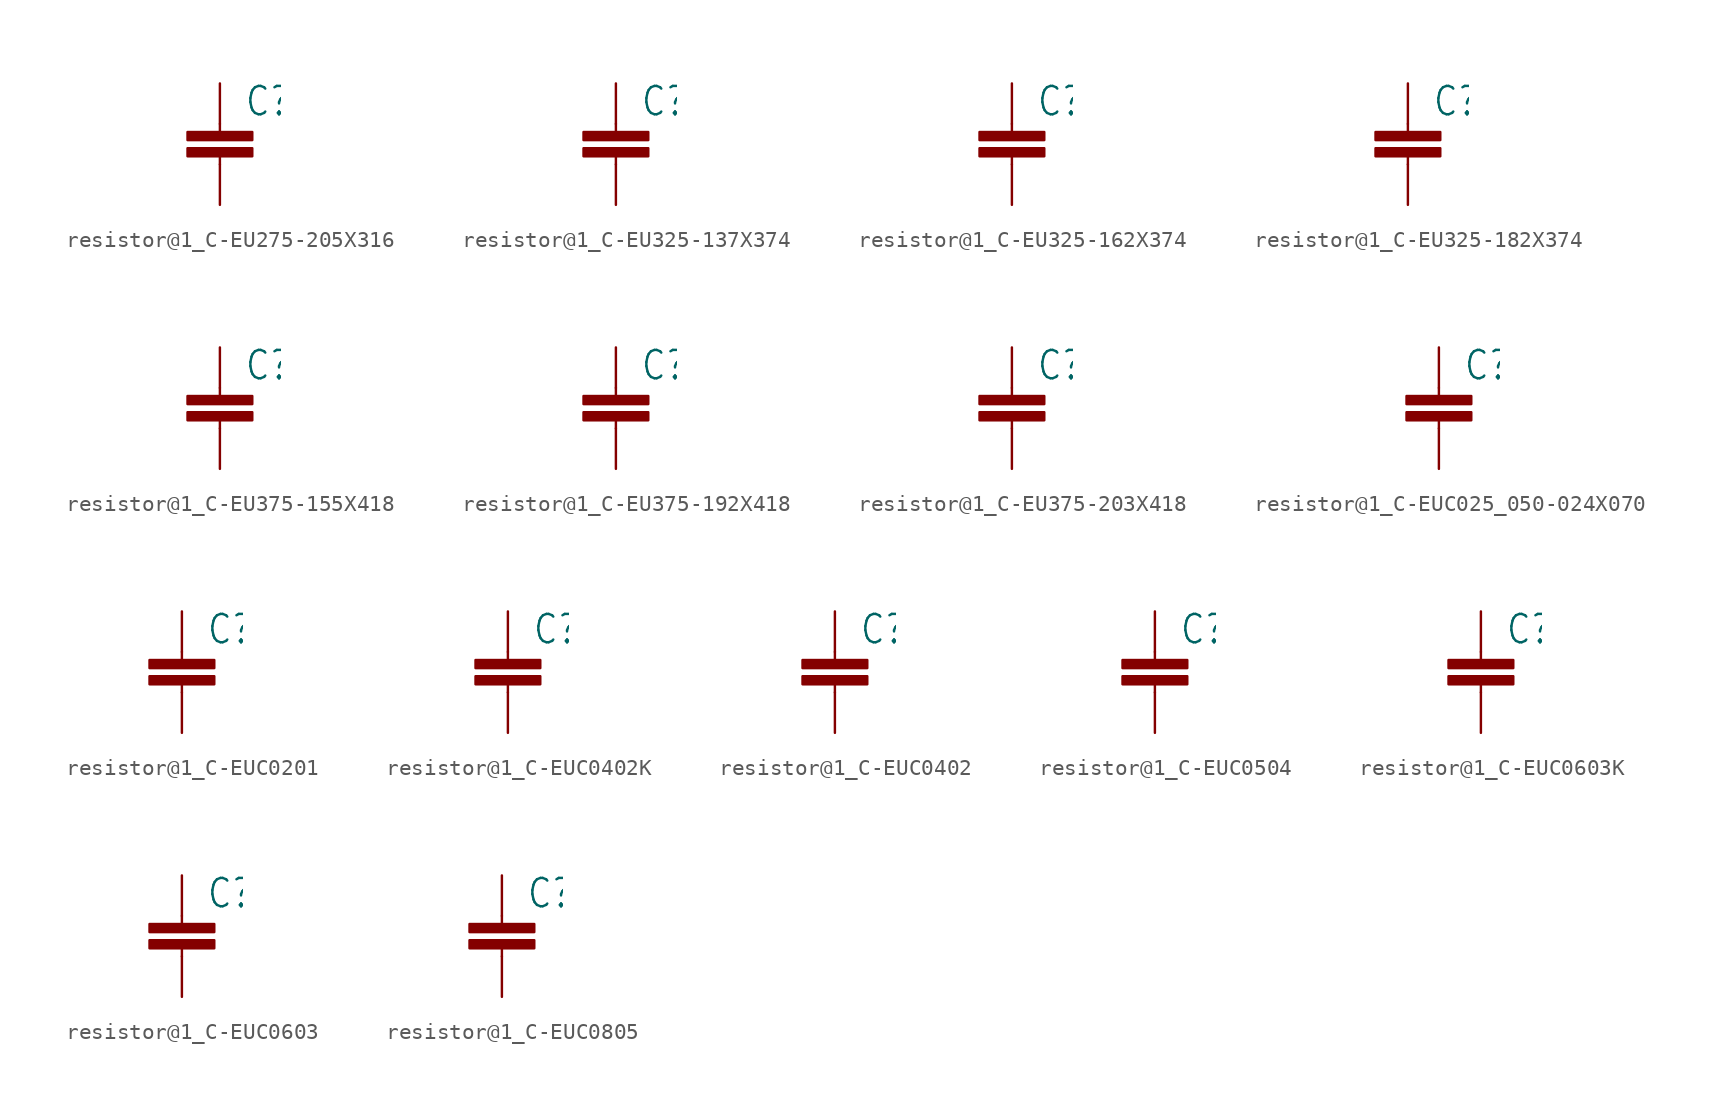
<source format=kicad_sym>
(kicad_symbol_lib
  (version 20231120)
  (generator "kicad_symbol_editor")
  (generator_version "8.0")
  (symbol "resistor@1_C-EU275-205X316"
    (property "Reference" "C"
      (at 1.524 0.381 0)
      (effects (font (size 1.778 1.511)) (justify left bottom)))
    (property "Value" ""
      (at 1.524 -4.699 0)
      (effects (font (size 1.778 1.511)) (justify left bottom)))
    (property "ki_locked" ""
      (at 0 0 0)
      (effects (font (size 1.27 1.27))))
    (symbol "resistor@1_C-EU275-205X316_1_0"
      (rectangle (start -2.032 -2.032) (end 2.032 -1.524) (stroke (width 0) (type default)) (fill (type outline)))
      (rectangle (start -2.032 -1.016) (end 2.032 -0.508) (stroke (width 0) (type default)) (fill (type outline)))
      (polyline (pts (xy 0 -2.54) (xy 0 -2.032)) (stroke (width 0.152) (type solid)) (fill (type none)))
      (polyline (pts (xy 0 0) (xy 0 -0.508)) (stroke (width 0.152) (type solid)) (fill (type none)))
      (pin passive line (at 0 2.54 270) (length 2.54) (name "1" (effects (font (size 0 0)))) (number "1" (effects (font (size 0 0)))))
      (pin passive line (at 0 -5.08 90) (length 2.54) (name "2" (effects (font (size 0 0)))) (number "2" (effects (font (size 0 0)))))))
  (symbol "resistor@1_C-EU325-137X374"
    (property "Reference" "C"
      (at 1.524 0.381 0)
      (effects (font (size 1.778 1.511)) (justify left bottom)))
    (property "Value" ""
      (at 1.524 -4.699 0)
      (effects (font (size 1.778 1.511)) (justify left bottom)))
    (property "ki_locked" ""
      (at 0 0 0)
      (effects (font (size 1.27 1.27))))
    (symbol "resistor@1_C-EU325-137X374_1_0"
      (rectangle (start -2.032 -2.032) (end 2.032 -1.524) (stroke (width 0) (type default)) (fill (type outline)))
      (rectangle (start -2.032 -1.016) (end 2.032 -0.508) (stroke (width 0) (type default)) (fill (type outline)))
      (polyline (pts (xy 0 -2.54) (xy 0 -2.032)) (stroke (width 0.152) (type solid)) (fill (type none)))
      (polyline (pts (xy 0 0) (xy 0 -0.508)) (stroke (width 0.152) (type solid)) (fill (type none)))
      (pin passive line (at 0 2.54 270) (length 2.54) (name "1" (effects (font (size 0 0)))) (number "1" (effects (font (size 0 0)))))
      (pin passive line (at 0 -5.08 90) (length 2.54) (name "2" (effects (font (size 0 0)))) (number "2" (effects (font (size 0 0)))))))
  (symbol "resistor@1_C-EU325-162X374"
    (property "Reference" "C"
      (at 1.524 0.381 0)
      (effects (font (size 1.778 1.511)) (justify left bottom)))
    (property "Value" ""
      (at 1.524 -4.699 0)
      (effects (font (size 1.778 1.511)) (justify left bottom)))
    (property "ki_locked" ""
      (at 0 0 0)
      (effects (font (size 1.27 1.27))))
    (symbol "resistor@1_C-EU325-162X374_1_0"
      (rectangle (start -2.032 -2.032) (end 2.032 -1.524) (stroke (width 0) (type default)) (fill (type outline)))
      (rectangle (start -2.032 -1.016) (end 2.032 -0.508) (stroke (width 0) (type default)) (fill (type outline)))
      (polyline (pts (xy 0 -2.54) (xy 0 -2.032)) (stroke (width 0.152) (type solid)) (fill (type none)))
      (polyline (pts (xy 0 0) (xy 0 -0.508)) (stroke (width 0.152) (type solid)) (fill (type none)))
      (pin passive line (at 0 2.54 270) (length 2.54) (name "1" (effects (font (size 0 0)))) (number "1" (effects (font (size 0 0)))))
      (pin passive line (at 0 -5.08 90) (length 2.54) (name "2" (effects (font (size 0 0)))) (number "2" (effects (font (size 0 0)))))))
  (symbol "resistor@1_C-EU325-182X374"
    (property "Reference" "C"
      (at 1.524 0.381 0)
      (effects (font (size 1.778 1.511)) (justify left bottom)))
    (property "Value" ""
      (at 1.524 -4.699 0)
      (effects (font (size 1.778 1.511)) (justify left bottom)))
    (property "ki_locked" ""
      (at 0 0 0)
      (effects (font (size 1.27 1.27))))
    (symbol "resistor@1_C-EU325-182X374_1_0"
      (rectangle (start -2.032 -2.032) (end 2.032 -1.524) (stroke (width 0) (type default)) (fill (type outline)))
      (rectangle (start -2.032 -1.016) (end 2.032 -0.508) (stroke (width 0) (type default)) (fill (type outline)))
      (polyline (pts (xy 0 -2.54) (xy 0 -2.032)) (stroke (width 0.152) (type solid)) (fill (type none)))
      (polyline (pts (xy 0 0) (xy 0 -0.508)) (stroke (width 0.152) (type solid)) (fill (type none)))
      (pin passive line (at 0 2.54 270) (length 2.54) (name "1" (effects (font (size 0 0)))) (number "1" (effects (font (size 0 0)))))
      (pin passive line (at 0 -5.08 90) (length 2.54) (name "2" (effects (font (size 0 0)))) (number "2" (effects (font (size 0 0)))))))
  (symbol "resistor@1_C-EU375-155X418"
    (property "Reference" "C"
      (at 1.524 0.381 0)
      (effects (font (size 1.778 1.511)) (justify left bottom)))
    (property "Value" ""
      (at 1.524 -4.699 0)
      (effects (font (size 1.778 1.511)) (justify left bottom)))
    (property "ki_locked" ""
      (at 0 0 0)
      (effects (font (size 1.27 1.27))))
    (symbol "resistor@1_C-EU375-155X418_1_0"
      (rectangle (start -2.032 -2.032) (end 2.032 -1.524) (stroke (width 0) (type default)) (fill (type outline)))
      (rectangle (start -2.032 -1.016) (end 2.032 -0.508) (stroke (width 0) (type default)) (fill (type outline)))
      (polyline (pts (xy 0 -2.54) (xy 0 -2.032)) (stroke (width 0.152) (type solid)) (fill (type none)))
      (polyline (pts (xy 0 0) (xy 0 -0.508)) (stroke (width 0.152) (type solid)) (fill (type none)))
      (pin passive line (at 0 2.54 270) (length 2.54) (name "1" (effects (font (size 0 0)))) (number "1" (effects (font (size 0 0)))))
      (pin passive line (at 0 -5.08 90) (length 2.54) (name "2" (effects (font (size 0 0)))) (number "2" (effects (font (size 0 0)))))))
  (symbol "resistor@1_C-EU375-192X418"
    (property "Reference" "C"
      (at 1.524 0.381 0)
      (effects (font (size 1.778 1.511)) (justify left bottom)))
    (property "Value" ""
      (at 1.524 -4.699 0)
      (effects (font (size 1.778 1.511)) (justify left bottom)))
    (property "ki_locked" ""
      (at 0 0 0)
      (effects (font (size 1.27 1.27))))
    (symbol "resistor@1_C-EU375-192X418_1_0"
      (rectangle (start -2.032 -2.032) (end 2.032 -1.524) (stroke (width 0) (type default)) (fill (type outline)))
      (rectangle (start -2.032 -1.016) (end 2.032 -0.508) (stroke (width 0) (type default)) (fill (type outline)))
      (polyline (pts (xy 0 -2.54) (xy 0 -2.032)) (stroke (width 0.152) (type solid)) (fill (type none)))
      (polyline (pts (xy 0 0) (xy 0 -0.508)) (stroke (width 0.152) (type solid)) (fill (type none)))
      (pin passive line (at 0 2.54 270) (length 2.54) (name "1" (effects (font (size 0 0)))) (number "1" (effects (font (size 0 0)))))
      (pin passive line (at 0 -5.08 90) (length 2.54) (name "2" (effects (font (size 0 0)))) (number "2" (effects (font (size 0 0)))))))
  (symbol "resistor@1_C-EU375-203X418"
    (property "Reference" "C"
      (at 1.524 0.381 0)
      (effects (font (size 1.778 1.511)) (justify left bottom)))
    (property "Value" ""
      (at 1.524 -4.699 0)
      (effects (font (size 1.778 1.511)) (justify left bottom)))
    (property "ki_locked" ""
      (at 0 0 0)
      (effects (font (size 1.27 1.27))))
    (symbol "resistor@1_C-EU375-203X418_1_0"
      (rectangle (start -2.032 -2.032) (end 2.032 -1.524) (stroke (width 0) (type default)) (fill (type outline)))
      (rectangle (start -2.032 -1.016) (end 2.032 -0.508) (stroke (width 0) (type default)) (fill (type outline)))
      (polyline (pts (xy 0 -2.54) (xy 0 -2.032)) (stroke (width 0.152) (type solid)) (fill (type none)))
      (polyline (pts (xy 0 0) (xy 0 -0.508)) (stroke (width 0.152) (type solid)) (fill (type none)))
      (pin passive line (at 0 2.54 270) (length 2.54) (name "1" (effects (font (size 0 0)))) (number "1" (effects (font (size 0 0)))))
      (pin passive line (at 0 -5.08 90) (length 2.54) (name "2" (effects (font (size 0 0)))) (number "2" (effects (font (size 0 0)))))))
  (symbol "resistor@1_C-EUC025_050-024X070"
    (property "Reference" "C"
      (at 1.524 0.381 0)
      (effects (font (size 1.778 1.511)) (justify left bottom)))
    (property "Value" ""
      (at 1.524 -4.699 0)
      (effects (font (size 1.778 1.511)) (justify left bottom)))
    (property "ki_locked" ""
      (at 0 0 0)
      (effects (font (size 1.27 1.27))))
    (symbol "resistor@1_C-EUC025_050-024X070_1_0"
      (rectangle (start -2.032 -2.032) (end 2.032 -1.524) (stroke (width 0) (type default)) (fill (type outline)))
      (rectangle (start -2.032 -1.016) (end 2.032 -0.508) (stroke (width 0) (type default)) (fill (type outline)))
      (polyline (pts (xy 0 -2.54) (xy 0 -2.032)) (stroke (width 0.152) (type solid)) (fill (type none)))
      (polyline (pts (xy 0 0) (xy 0 -0.508)) (stroke (width 0.152) (type solid)) (fill (type none)))
      (pin passive line (at 0 2.54 270) (length 2.54) (name "1" (effects (font (size 0 0)))) (number "1" (effects (font (size 0 0)))))
      (pin passive line (at 0 -5.08 90) (length 2.54) (name "2" (effects (font (size 0 0)))) (number "2" (effects (font (size 0 0)))))))
  (symbol "resistor@1_C-EUC0201"
    (property "Reference" "C"
      (at 1.524 0.381 0)
      (effects (font (size 1.778 1.511)) (justify left bottom)))
    (property "Value" ""
      (at 1.524 -4.699 0)
      (effects (font (size 1.778 1.511)) (justify left bottom)))
    (property "ki_locked" ""
      (at 0 0 0)
      (effects (font (size 1.27 1.27))))
    (symbol "resistor@1_C-EUC0201_1_0"
      (rectangle (start -2.032 -2.032) (end 2.032 -1.524) (stroke (width 0) (type default)) (fill (type outline)))
      (rectangle (start -2.032 -1.016) (end 2.032 -0.508) (stroke (width 0) (type default)) (fill (type outline)))
      (polyline (pts (xy 0 -2.54) (xy 0 -2.032)) (stroke (width 0.152) (type solid)) (fill (type none)))
      (polyline (pts (xy 0 0) (xy 0 -0.508)) (stroke (width 0.152) (type solid)) (fill (type none)))
      (pin passive line (at 0 2.54 270) (length 2.54) (name "1" (effects (font (size 0 0)))) (number "1" (effects (font (size 0 0)))))
      (pin passive line (at 0 -5.08 90) (length 2.54) (name "2" (effects (font (size 0 0)))) (number "2" (effects (font (size 0 0)))))))
  (symbol "resistor@1_C-EUC0402K"
    (property "Reference" "C"
      (at 1.524 0.381 0)
      (effects (font (size 1.778 1.511)) (justify left bottom)))
    (property "Value" ""
      (at 1.524 -4.699 0)
      (effects (font (size 1.778 1.511)) (justify left bottom)))
    (property "ki_locked" ""
      (at 0 0 0)
      (effects (font (size 1.27 1.27))))
    (symbol "resistor@1_C-EUC0402K_1_0"
      (rectangle (start -2.032 -2.032) (end 2.032 -1.524) (stroke (width 0) (type default)) (fill (type outline)))
      (rectangle (start -2.032 -1.016) (end 2.032 -0.508) (stroke (width 0) (type default)) (fill (type outline)))
      (polyline (pts (xy 0 -2.54) (xy 0 -2.032)) (stroke (width 0.152) (type solid)) (fill (type none)))
      (polyline (pts (xy 0 0) (xy 0 -0.508)) (stroke (width 0.152) (type solid)) (fill (type none)))
      (pin passive line (at 0 2.54 270) (length 2.54) (name "1" (effects (font (size 0 0)))) (number "1" (effects (font (size 0 0)))))
      (pin passive line (at 0 -5.08 90) (length 2.54) (name "2" (effects (font (size 0 0)))) (number "2" (effects (font (size 0 0)))))))
  (symbol "resistor@1_C-EUC0402"
    (property "Reference" "C"
      (at 1.524 0.381 0)
      (effects (font (size 1.778 1.511)) (justify left bottom)))
    (property "Value" ""
      (at 1.524 -4.699 0)
      (effects (font (size 1.778 1.511)) (justify left bottom)))
    (property "ki_locked" ""
      (at 0 0 0)
      (effects (font (size 1.27 1.27))))
    (symbol "resistor@1_C-EUC0402_1_0"
      (rectangle (start -2.032 -2.032) (end 2.032 -1.524) (stroke (width 0) (type default)) (fill (type outline)))
      (rectangle (start -2.032 -1.016) (end 2.032 -0.508) (stroke (width 0) (type default)) (fill (type outline)))
      (polyline (pts (xy 0 -2.54) (xy 0 -2.032)) (stroke (width 0.152) (type solid)) (fill (type none)))
      (polyline (pts (xy 0 0) (xy 0 -0.508)) (stroke (width 0.152) (type solid)) (fill (type none)))
      (pin passive line (at 0 2.54 270) (length 2.54) (name "1" (effects (font (size 0 0)))) (number "1" (effects (font (size 0 0)))))
      (pin passive line (at 0 -5.08 90) (length 2.54) (name "2" (effects (font (size 0 0)))) (number "2" (effects (font (size 0 0)))))))
  (symbol "resistor@1_C-EUC0504"
    (property "Reference" "C"
      (at 1.524 0.381 0)
      (effects (font (size 1.778 1.511)) (justify left bottom)))
    (property "Value" ""
      (at 1.524 -4.699 0)
      (effects (font (size 1.778 1.511)) (justify left bottom)))
    (property "ki_locked" ""
      (at 0 0 0)
      (effects (font (size 1.27 1.27))))
    (symbol "resistor@1_C-EUC0504_1_0"
      (rectangle (start -2.032 -2.032) (end 2.032 -1.524) (stroke (width 0) (type default)) (fill (type outline)))
      (rectangle (start -2.032 -1.016) (end 2.032 -0.508) (stroke (width 0) (type default)) (fill (type outline)))
      (polyline (pts (xy 0 -2.54) (xy 0 -2.032)) (stroke (width 0.152) (type solid)) (fill (type none)))
      (polyline (pts (xy 0 0) (xy 0 -0.508)) (stroke (width 0.152) (type solid)) (fill (type none)))
      (pin passive line (at 0 2.54 270) (length 2.54) (name "1" (effects (font (size 0 0)))) (number "1" (effects (font (size 0 0)))))
      (pin passive line (at 0 -5.08 90) (length 2.54) (name "2" (effects (font (size 0 0)))) (number "2" (effects (font (size 0 0)))))))
  (symbol "resistor@1_C-EUC0603K"
    (property "Reference" "C"
      (at 1.524 0.381 0)
      (effects (font (size 1.778 1.511)) (justify left bottom)))
    (property "Value" ""
      (at 1.524 -4.699 0)
      (effects (font (size 1.778 1.511)) (justify left bottom)))
    (property "ki_locked" ""
      (at 0 0 0)
      (effects (font (size 1.27 1.27))))
    (symbol "resistor@1_C-EUC0603K_1_0"
      (rectangle (start -2.032 -2.032) (end 2.032 -1.524) (stroke (width 0) (type default)) (fill (type outline)))
      (rectangle (start -2.032 -1.016) (end 2.032 -0.508) (stroke (width 0) (type default)) (fill (type outline)))
      (polyline (pts (xy 0 -2.54) (xy 0 -2.032)) (stroke (width 0.152) (type solid)) (fill (type none)))
      (polyline (pts (xy 0 0) (xy 0 -0.508)) (stroke (width 0.152) (type solid)) (fill (type none)))
      (pin passive line (at 0 2.54 270) (length 2.54) (name "1" (effects (font (size 0 0)))) (number "1" (effects (font (size 0 0)))))
      (pin passive line (at 0 -5.08 90) (length 2.54) (name "2" (effects (font (size 0 0)))) (number "2" (effects (font (size 0 0)))))))
  (symbol "resistor@1_C-EUC0603"
    (property "Reference" "C"
      (at 1.524 0.381 0)
      (effects (font (size 1.778 1.511)) (justify left bottom)))
    (property "Value" ""
      (at 1.524 -4.699 0)
      (effects (font (size 1.778 1.511)) (justify left bottom)))
    (property "ki_locked" ""
      (at 0 0 0)
      (effects (font (size 1.27 1.27))))
    (symbol "resistor@1_C-EUC0603_1_0"
      (rectangle (start -2.032 -2.032) (end 2.032 -1.524) (stroke (width 0) (type default)) (fill (type outline)))
      (rectangle (start -2.032 -1.016) (end 2.032 -0.508) (stroke (width 0) (type default)) (fill (type outline)))
      (polyline (pts (xy 0 -2.54) (xy 0 -2.032)) (stroke (width 0.152) (type solid)) (fill (type none)))
      (polyline (pts (xy 0 0) (xy 0 -0.508)) (stroke (width 0.152) (type solid)) (fill (type none)))
      (pin passive line (at 0 2.54 270) (length 2.54) (name "1" (effects (font (size 0 0)))) (number "1" (effects (font (size 0 0)))))
      (pin passive line (at 0 -5.08 90) (length 2.54) (name "2" (effects (font (size 0 0)))) (number "2" (effects (font (size 0 0)))))))
  (symbol "resistor@1_C-EUC0805"
    (property "Reference" "C"
      (at 1.524 0.381 0)
      (effects (font (size 1.778 1.511)) (justify left bottom)))
    (property "Value" ""
      (at 1.524 -4.699 0)
      (effects (font (size 1.778 1.511)) (justify left bottom)))
    (property "ki_locked" ""
      (at 0 0 0)
      (effects (font (size 1.27 1.27))))
    (symbol "resistor@1_C-EUC0805_1_0"
      (rectangle (start -2.032 -2.032) (end 2.032 -1.524) (stroke (width 0) (type default)) (fill (type outline)))
      (rectangle (start -2.032 -1.016) (end 2.032 -0.508) (stroke (width 0) (type default)) (fill (type outline)))
      (polyline (pts (xy 0 -2.54) (xy 0 -2.032)) (stroke (width 0.152) (type solid)) (fill (type none)))
      (polyline (pts (xy 0 0) (xy 0 -0.508)) (stroke (width 0.152) (type solid)) (fill (type none)))
      (pin passive line (at 0 2.54 270) (length 2.54) (name "1" (effects (font (size 0 0)))) (number "1" (effects (font (size 0 0)))))
      (pin passive line (at 0 -5.08 90) (length 2.54) (name "2" (effects (font (size 0 0)))) (number "2" (effects (font (size 0 0))))))))
</source>
